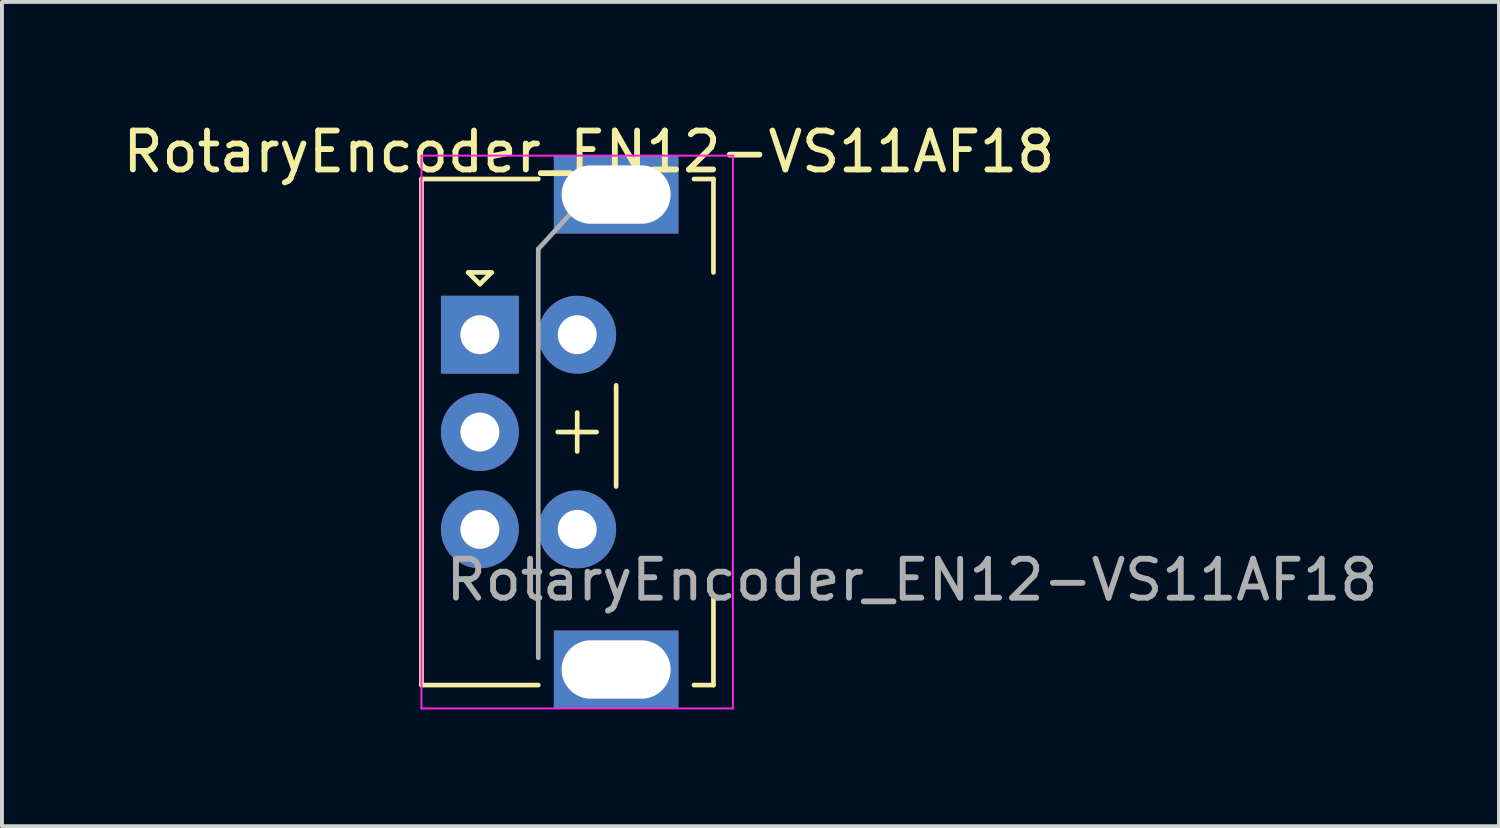
<source format=kicad_pcb>
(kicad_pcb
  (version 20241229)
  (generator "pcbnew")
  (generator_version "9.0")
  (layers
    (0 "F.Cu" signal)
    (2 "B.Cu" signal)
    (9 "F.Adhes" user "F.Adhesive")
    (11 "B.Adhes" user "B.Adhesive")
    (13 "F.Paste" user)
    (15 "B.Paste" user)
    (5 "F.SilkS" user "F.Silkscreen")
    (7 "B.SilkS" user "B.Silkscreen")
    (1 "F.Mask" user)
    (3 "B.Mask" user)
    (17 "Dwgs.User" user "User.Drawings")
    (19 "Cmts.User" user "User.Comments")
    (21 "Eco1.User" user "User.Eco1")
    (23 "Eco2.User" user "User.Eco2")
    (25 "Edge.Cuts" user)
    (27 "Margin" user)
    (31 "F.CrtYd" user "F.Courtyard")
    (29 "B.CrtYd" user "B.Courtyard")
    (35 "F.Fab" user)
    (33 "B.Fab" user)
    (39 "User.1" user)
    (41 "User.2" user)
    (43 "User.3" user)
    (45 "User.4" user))
  (footprint "RotaryEncoder_EN12-VS11AF18"
    (layer "F.Cu")
    (at 9.277 5.548)
    (property "Reference" "RotaryEncoder_EN12-VS11AF18" (at 2.8 -4.7 0) (layer "F.SilkS") (effects (font (size 1 1) (thickness 0.15))))
    (attr through_hole)
    (fp_line (start -1.5 -4) (end -1.5 9) (stroke (width 0.12) (type solid)) (layer "F.SilkS"))
    (fp_line (start -0.3 -1.6) (end 0.3 -1.6) (stroke (width 0.12) (type solid)) (layer "F.SilkS"))
    (fp_line (start 0 -1.3) (end -0.3 -1.6) (stroke (width 0.12) (type solid)) (layer "F.SilkS"))
    (fp_line (start 0.3 -1.6) (end 0 -1.3) (stroke (width 0.12) (type solid)) (layer "F.SilkS"))
    (fp_line (start 1.5 -4) (end -1.5 -4) (stroke (width 0.12) (type solid)) (layer "F.SilkS"))
    (fp_line (start 1.5 9) (end -1.5 9) (stroke (width 0.12) (type solid)) (layer "F.SilkS"))
    (fp_line (start 2 2.5) (end 3 2.5) (stroke (width 0.12) (type solid)) (layer "F.SilkS"))
    (fp_line (start 2.5 2) (end 2.5 3) (stroke (width 0.12) (type solid)) (layer "F.SilkS"))
    (fp_line (start 3.5 1.3) (end 3.5 3.9) (stroke (width 0.12) (type solid)) (layer "F.SilkS"))
    (fp_line (start 5.5 -4) (end 6 -4) (stroke (width 0.12) (type solid)) (layer "F.SilkS"))
    (fp_line (start 6 -4) (end 6 -1.6) (stroke (width 0.12) (type solid)) (layer "F.SilkS"))
    (fp_line (start 6 6.7) (end 6 9) (stroke (width 0.12) (type solid)) (layer "F.SilkS"))
    (fp_line (start 6 9) (end 5.5 9) (stroke (width 0.12) (type solid)) (layer "F.SilkS"))
    (fp_line (start -1.5 -4.6) (end -1.5 9.6) (stroke (width 0.05) (type solid)) (layer "F.CrtYd"))
    (fp_line (start -1.5 -4.6) (end 6.5 -4.6) (stroke (width 0.05) (type solid)) (layer "F.CrtYd"))
    (fp_line (start 6.5 9.6) (end -1.5 9.6) (stroke (width 0.05) (type solid)) (layer "F.CrtYd"))
    (fp_line (start 6.5 9.6) (end 6.5 -4.6) (stroke (width 0.05) (type solid)) (layer "F.CrtYd"))
    (fp_line (start 1.5 -2.2) (end 2.5 -3.3) (stroke (width 0.12) (type solid)) (layer "F.Fab"))
    (fp_line (start 1.5 8.3) (end 1.5 -2.2) (stroke (width 0.12) (type solid)) (layer "F.Fab"))
    (fp_text user "${REFERENCE}" (at 11.1 6.3 0) (layer "F.Fab") (effects (font (size 1 1) (thickness 0.15))))
    (pad "A" thru_hole rect (at 0 0) (size 2 2) (drill 1) (layers "*.Cu" "*.Mask"))
    (pad "B" thru_hole circle (at 0 5) (size 2 2) (drill 1) (layers "*.Cu" "*.Mask"))
    (pad "C" thru_hole circle (at 0 2.5) (size 2 2) (drill 1) (layers "*.Cu" "*.Mask"))
    (pad "MP" thru_hole rect (at 3.5 -3.6) (size 3.2 2) (drill oval 2.8 1.5) (layers "*.Cu" "*.Mask"))
    (pad "MP" thru_hole rect (at 3.5 8.6) (size 3.2 2) (drill oval 2.8 1.5) (layers "*.Cu" "*.Mask"))
    (pad "S1" thru_hole circle (at 2.5 5) (size 2 2) (drill 1) (layers "*.Cu" "*.Mask"))
    (pad "S2" thru_hole circle (at 2.5 0) (size 2 2) (drill 1) (layers "*.Cu" "*.Mask")))
  (gr_rect
    (start -3 -3)
    (end 35.455 18.173)
    (stroke (width 0.1) (type default))
    (fill no)
    (layer "Edge.Cuts")))
</source>
